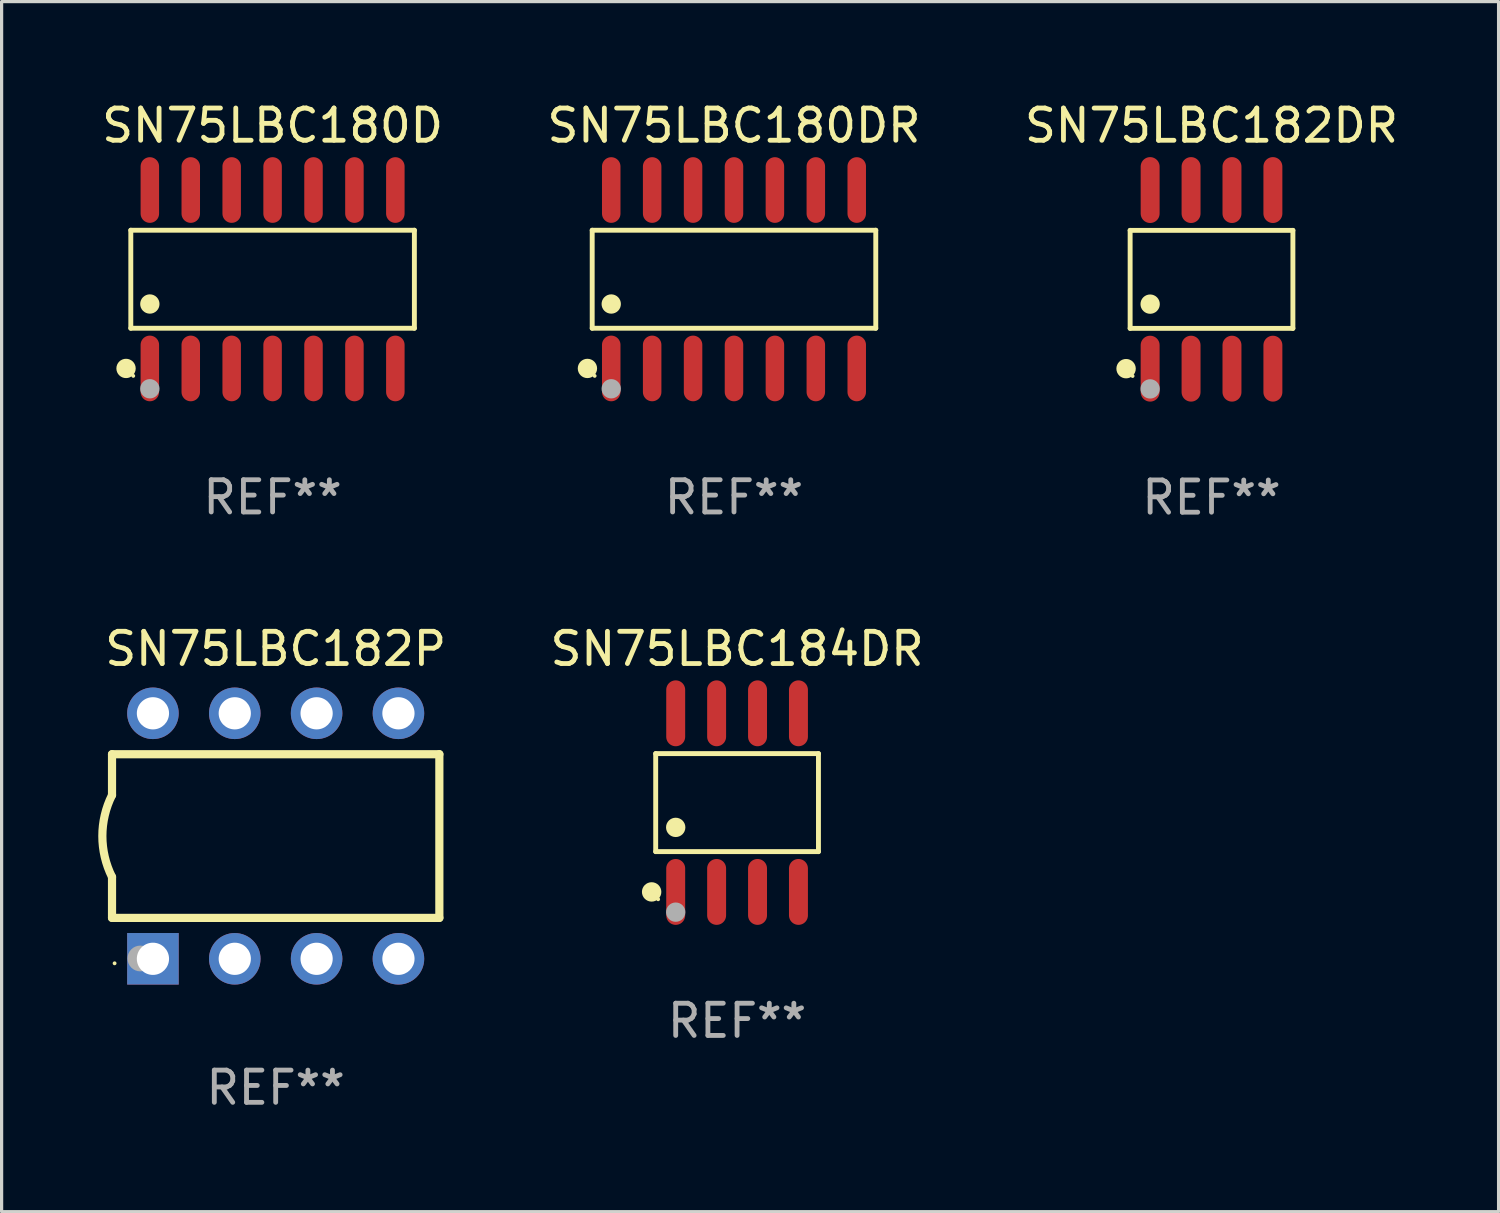
<source format=kicad_pcb>
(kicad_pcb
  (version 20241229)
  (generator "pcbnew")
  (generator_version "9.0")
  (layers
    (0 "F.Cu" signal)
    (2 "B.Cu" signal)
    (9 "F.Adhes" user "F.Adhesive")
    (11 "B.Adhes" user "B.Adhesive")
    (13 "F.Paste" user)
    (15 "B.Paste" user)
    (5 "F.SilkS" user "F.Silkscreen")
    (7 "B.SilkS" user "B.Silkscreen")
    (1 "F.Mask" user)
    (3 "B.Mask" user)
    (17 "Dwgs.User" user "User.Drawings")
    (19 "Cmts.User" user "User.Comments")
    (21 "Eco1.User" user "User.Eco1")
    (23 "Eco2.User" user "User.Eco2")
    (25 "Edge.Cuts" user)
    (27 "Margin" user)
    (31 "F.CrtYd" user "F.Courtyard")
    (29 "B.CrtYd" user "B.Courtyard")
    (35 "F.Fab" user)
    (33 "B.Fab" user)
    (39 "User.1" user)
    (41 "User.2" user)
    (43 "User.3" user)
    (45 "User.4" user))
  (footprint "SN75LBC182P"
    (layer "F.Cu")
    (at 5.507 22.9)
    (property "Reference" "SN75LBC182P" (at 0 -5.81 0) (layer "F.SilkS") (effects (font (size 1 1) (thickness 0.15))))
    (attr through_hole)
    (fp_line (start -5.08 -1.27) (end -5.08 -2.54) (stroke (width 0.254) (type solid)) (layer "F.SilkS"))
    (fp_line (start -5.08 2.54) (end -5.08 1.27) (stroke (width 0.254) (type solid)) (layer "F.SilkS"))
    (fp_line (start 5.08 -2.54) (end -5.08 -2.54) (stroke (width 0.254) (type solid)) (layer "F.SilkS"))
    (fp_line (start 5.08 2.54) (end -5.08 2.54) (stroke (width 0.254) (type solid)) (layer "F.SilkS"))
    (fp_line (start 5.08 2.54) (end 5.08 -2.54) (stroke (width 0.254) (type solid)) (layer "F.SilkS"))
    (fp_arc (start -5.080011 1.270002) (mid -5.379818 -0.000001) (end -5.08001 -1.270003) (stroke (width 0.254001) (type solid)) (layer "F.SilkS"))
    (fp_circle (center -5 3.95) (end -4.97 3.95) (stroke (width 0.06) (type solid)) (fill no) (layer "F.SilkS"))
    (fp_circle (center -4.2 3.8) (end -4 3.8) (stroke (width 0.4) (type solid)) (fill no) (layer "F.Fab"))
    (fp_text user "REF**" (at 0 7.81 0) (layer "F.Fab") (effects (font (size 1 1) (thickness 0.15))))
    (pad "1" thru_hole rect (at -3.81 3.81) (size 1.6 1.6) (drill 1) (layers "*.Cu" "*.Mask"))
    (pad "2" thru_hole circle (at -1.27 3.81) (size 1.6 1.6) (drill 1) (layers "*.Cu" "*.Mask"))
    (pad "3" thru_hole circle (at 1.27 3.81) (size 1.6 1.6) (drill 1) (layers "*.Cu" "*.Mask"))
    (pad "4" thru_hole circle (at 3.81 3.81) (size 1.6 1.6) (drill 1) (layers "*.Cu" "*.Mask"))
    (pad "5" thru_hole circle (at 3.81 -3.81) (size 1.6 1.6) (drill 1) (layers "*.Cu" "*.Mask"))
    (pad "6" thru_hole circle (at 1.27 -3.81) (size 1.6 1.6) (drill 1) (layers "*.Cu" "*.Mask"))
    (pad "7" thru_hole circle (at -1.27 -3.81) (size 1.6 1.6) (drill 1) (layers "*.Cu" "*.Mask"))
    (pad "8" thru_hole circle (at -3.81 -3.81) (size 1.6 1.6) (drill 1) (layers "*.Cu" "*.Mask")))
  (footprint "SN75LBC184DR"
    (layer "F.Cu")
    (at 19.828 21.862)
    (property "Reference" "SN75LBC184DR" (at 0 -4.772 0) (layer "F.SilkS") (effects (font (size 1 1) (thickness 0.15))))
    (attr through_hole)
    (fp_line (start -2.526 -1.521) (end 2.526 -1.521) (stroke (width 0.152) (type solid)) (layer "F.SilkS"))
    (fp_line (start -2.526 1.521) (end -2.526 -1.521) (stroke (width 0.152) (type solid)) (layer "F.SilkS"))
    (fp_line (start 2.526 -1.521) (end 2.526 1.521) (stroke (width 0.152) (type solid)) (layer "F.SilkS"))
    (fp_line (start 2.526 1.521) (end -2.526 1.521) (stroke (width 0.152) (type solid)) (layer "F.SilkS"))
    (fp_circle (center -2.652 2.772) (end -2.501 2.772) (stroke (width 0.3) (type solid)) (fill no) (layer "F.SilkS"))
    (fp_circle (center -2.45 3) (end -2.42 3) (stroke (width 0.06) (type solid)) (fill no) (layer "F.SilkS"))
    (fp_circle (center -1.905 0.769) (end -1.755 0.769) (stroke (width 0.3) (type solid)) (fill no) (layer "F.SilkS"))
    (fp_circle (center -1.905 3.4) (end -1.755 3.4) (stroke (width 0.3) (type solid)) (fill no) (layer "F.Fab"))
    (fp_text user "REF**" (at 0 6.772 0) (layer "F.Fab") (effects (font (size 1 1) (thickness 0.15))))
    (pad "1" smd oval (at -1.905 2.772) (size 0.588 2.045) (layers "F.Cu" "F.Mask" "F.Paste"))
    (pad "2" smd oval (at -0.635 2.772) (size 0.588 2.045) (layers "F.Cu" "F.Mask" "F.Paste"))
    (pad "3" smd oval (at 0.635 2.772) (size 0.588 2.045) (layers "F.Cu" "F.Mask" "F.Paste"))
    (pad "4" smd oval (at 1.905 2.772) (size 0.588 2.045) (layers "F.Cu" "F.Mask" "F.Paste"))
    (pad "5" smd oval (at 1.905 -2.772) (size 0.588 2.045) (layers "F.Cu" "F.Mask" "F.Paste"))
    (pad "6" smd oval (at 0.635 -2.772) (size 0.588 2.045) (layers "F.Cu" "F.Mask" "F.Paste"))
    (pad "7" smd oval (at -0.635 -2.772) (size 0.588 2.045) (layers "F.Cu" "F.Mask" "F.Paste"))
    (pad "8" smd oval (at -1.905 -2.772) (size 0.588 2.045) (layers "F.Cu" "F.Mask" "F.Paste")))
  (footprint "SN75LBC182DR"
    (layer "F.Cu")
    (at 34.554 5.621)
    (property "Reference" "SN75LBC182DR" (at 0 -4.772 0) (layer "F.SilkS") (effects (font (size 1 1) (thickness 0.15))))
    (attr through_hole)
    (fp_line (start -2.526 -1.521) (end 2.526 -1.521) (stroke (width 0.152) (type solid)) (layer "F.SilkS"))
    (fp_line (start -2.526 1.521) (end -2.526 -1.521) (stroke (width 0.152) (type solid)) (layer "F.SilkS"))
    (fp_line (start 2.526 -1.521) (end 2.526 1.521) (stroke (width 0.152) (type solid)) (layer "F.SilkS"))
    (fp_line (start 2.526 1.521) (end -2.526 1.521) (stroke (width 0.152) (type solid)) (layer "F.SilkS"))
    (fp_circle (center -2.652 2.772) (end -2.501 2.772) (stroke (width 0.3) (type solid)) (fill no) (layer "F.SilkS"))
    (fp_circle (center -2.45 3) (end -2.42 3) (stroke (width 0.06) (type solid)) (fill no) (layer "F.SilkS"))
    (fp_circle (center -1.905 0.769) (end -1.755 0.769) (stroke (width 0.3) (type solid)) (fill no) (layer "F.SilkS"))
    (fp_circle (center -1.905 3.4) (end -1.755 3.4) (stroke (width 0.3) (type solid)) (fill no) (layer "F.Fab"))
    (fp_text user "REF**" (at 0 6.772 0) (layer "F.Fab") (effects (font (size 1 1) (thickness 0.15))))
    (pad "1" smd oval (at -1.905 2.772) (size 0.588 2.045) (layers "F.Cu" "F.Mask" "F.Paste"))
    (pad "2" smd oval (at -0.635 2.772) (size 0.588 2.045) (layers "F.Cu" "F.Mask" "F.Paste"))
    (pad "3" smd oval (at 0.635 2.772) (size 0.588 2.045) (layers "F.Cu" "F.Mask" "F.Paste"))
    (pad "4" smd oval (at 1.905 2.772) (size 0.588 2.045) (layers "F.Cu" "F.Mask" "F.Paste"))
    (pad "5" smd oval (at 1.905 -2.772) (size 0.588 2.045) (layers "F.Cu" "F.Mask" "F.Paste"))
    (pad "6" smd oval (at 0.635 -2.772) (size 0.588 2.045) (layers "F.Cu" "F.Mask" "F.Paste"))
    (pad "7" smd oval (at -0.635 -2.772) (size 0.588 2.045) (layers "F.Cu" "F.Mask" "F.Paste"))
    (pad "8" smd oval (at -1.905 -2.772) (size 0.588 2.045) (layers "F.Cu" "F.Mask" "F.Paste")))
  (footprint "SN75LBC180DR"
    (layer "F.Cu")
    (at 19.732 5.617)
    (property "Reference" "SN75LBC180DR" (at 0 -4.769 0) (layer "F.SilkS") (effects (font (size 1 1) (thickness 0.15))))
    (attr through_hole)
    (fp_line (start -4.401 -1.521) (end 4.401 -1.521) (stroke (width 0.152) (type solid)) (layer "F.SilkS"))
    (fp_line (start -4.401 1.521) (end -4.401 -1.521) (stroke (width 0.152) (type solid)) (layer "F.SilkS"))
    (fp_line (start 4.401 -1.521) (end 4.401 1.521) (stroke (width 0.152) (type solid)) (layer "F.SilkS"))
    (fp_line (start 4.401 1.521) (end -4.401 1.521) (stroke (width 0.152) (type solid)) (layer "F.SilkS"))
    (fp_circle (center -4.549 2.769) (end -4.399 2.769) (stroke (width 0.3) (type solid)) (fill no) (layer "F.SilkS"))
    (fp_circle (center -4.325 3) (end -4.295 3) (stroke (width 0.06) (type solid)) (fill no) (layer "F.SilkS"))
    (fp_circle (center -3.81 0.769) (end -3.66 0.769) (stroke (width 0.3) (type solid)) (fill no) (layer "F.SilkS"))
    (fp_circle (center -3.81 3.4) (end -3.66 3.4) (stroke (width 0.3) (type solid)) (fill no) (layer "F.Fab"))
    (fp_text user "REF**" (at 0 6.769 0) (layer "F.Fab") (effects (font (size 1 1) (thickness 0.15))))
    (pad "1" smd oval (at -3.81 2.769) (size 0.574 2.038) (layers "F.Cu" "F.Mask" "F.Paste"))
    (pad "2" smd oval (at -2.54 2.769) (size 0.574 2.038) (layers "F.Cu" "F.Mask" "F.Paste"))
    (pad "3" smd oval (at -1.27 2.769) (size 0.574 2.038) (layers "F.Cu" "F.Mask" "F.Paste"))
    (pad "4" smd oval (at 0 2.769) (size 0.574 2.038) (layers "F.Cu" "F.Mask" "F.Paste"))
    (pad "5" smd oval (at 1.27 2.769) (size 0.574 2.038) (layers "F.Cu" "F.Mask" "F.Paste"))
    (pad "6" smd oval (at 2.54 2.769) (size 0.574 2.038) (layers "F.Cu" "F.Mask" "F.Paste"))
    (pad "7" smd oval (at 3.81 2.769) (size 0.574 2.038) (layers "F.Cu" "F.Mask" "F.Paste"))
    (pad "8" smd oval (at 3.81 -2.769) (size 0.574 2.038) (layers "F.Cu" "F.Mask" "F.Paste"))
    (pad "9" smd oval (at 2.54 -2.769) (size 0.574 2.038) (layers "F.Cu" "F.Mask" "F.Paste"))
    (pad "10" smd oval (at 1.27 -2.769) (size 0.574 2.038) (layers "F.Cu" "F.Mask" "F.Paste"))
    (pad "11" smd oval (at 0 -2.769) (size 0.574 2.038) (layers "F.Cu" "F.Mask" "F.Paste"))
    (pad "12" smd oval (at -1.27 -2.769) (size 0.574 2.038) (layers "F.Cu" "F.Mask" "F.Paste"))
    (pad "13" smd oval (at -2.54 -2.769) (size 0.574 2.038) (layers "F.Cu" "F.Mask" "F.Paste"))
    (pad "14" smd oval (at -3.81 -2.769) (size 0.574 2.038) (layers "F.Cu" "F.Mask" "F.Paste")))
  (footprint "SN75LBC180D"
    (layer "F.Cu")
    (at 5.411 5.617)
    (property "Reference" "SN75LBC180D" (at 0 -4.769 0) (layer "F.SilkS") (effects (font (size 1 1) (thickness 0.15))))
    (attr through_hole)
    (fp_line (start -4.401 -1.521) (end 4.401 -1.521) (stroke (width 0.152) (type solid)) (layer "F.SilkS"))
    (fp_line (start -4.401 1.521) (end -4.401 -1.521) (stroke (width 0.152) (type solid)) (layer "F.SilkS"))
    (fp_line (start 4.401 -1.521) (end 4.401 1.521) (stroke (width 0.152) (type solid)) (layer "F.SilkS"))
    (fp_line (start 4.401 1.521) (end -4.401 1.521) (stroke (width 0.152) (type solid)) (layer "F.SilkS"))
    (fp_circle (center -4.549 2.769) (end -4.399 2.769) (stroke (width 0.3) (type solid)) (fill no) (layer "F.SilkS"))
    (fp_circle (center -4.325 3) (end -4.295 3) (stroke (width 0.06) (type solid)) (fill no) (layer "F.SilkS"))
    (fp_circle (center -3.81 0.769) (end -3.66 0.769) (stroke (width 0.3) (type solid)) (fill no) (layer "F.SilkS"))
    (fp_circle (center -3.81 3.4) (end -3.66 3.4) (stroke (width 0.3) (type solid)) (fill no) (layer "F.Fab"))
    (fp_text user "REF**" (at 0 6.769 0) (layer "F.Fab") (effects (font (size 1 1) (thickness 0.15))))
    (pad "1" smd oval (at -3.81 2.769) (size 0.574 2.038) (layers "F.Cu" "F.Mask" "F.Paste"))
    (pad "2" smd oval (at -2.54 2.769) (size 0.574 2.038) (layers "F.Cu" "F.Mask" "F.Paste"))
    (pad "3" smd oval (at -1.27 2.769) (size 0.574 2.038) (layers "F.Cu" "F.Mask" "F.Paste"))
    (pad "4" smd oval (at 0 2.769) (size 0.574 2.038) (layers "F.Cu" "F.Mask" "F.Paste"))
    (pad "5" smd oval (at 1.27 2.769) (size 0.574 2.038) (layers "F.Cu" "F.Mask" "F.Paste"))
    (pad "6" smd oval (at 2.54 2.769) (size 0.574 2.038) (layers "F.Cu" "F.Mask" "F.Paste"))
    (pad "7" smd oval (at 3.81 2.769) (size 0.574 2.038) (layers "F.Cu" "F.Mask" "F.Paste"))
    (pad "8" smd oval (at 3.81 -2.769) (size 0.574 2.038) (layers "F.Cu" "F.Mask" "F.Paste"))
    (pad "9" smd oval (at 2.54 -2.769) (size 0.574 2.038) (layers "F.Cu" "F.Mask" "F.Paste"))
    (pad "10" smd oval (at 1.27 -2.769) (size 0.574 2.038) (layers "F.Cu" "F.Mask" "F.Paste"))
    (pad "11" smd oval (at 0 -2.769) (size 0.574 2.038) (layers "F.Cu" "F.Mask" "F.Paste"))
    (pad "12" smd oval (at -1.27 -2.769) (size 0.574 2.038) (layers "F.Cu" "F.Mask" "F.Paste"))
    (pad "13" smd oval (at -2.54 -2.769) (size 0.574 2.038) (layers "F.Cu" "F.Mask" "F.Paste"))
    (pad "14" smd oval (at -3.81 -2.769) (size 0.574 2.038) (layers "F.Cu" "F.Mask" "F.Paste")))
  (gr_rect
    (start -3 -3)
    (end 43.464 34.558)
    (stroke (width 0.1) (type default))
    (fill no)
    (layer "Edge.Cuts")))
</source>
